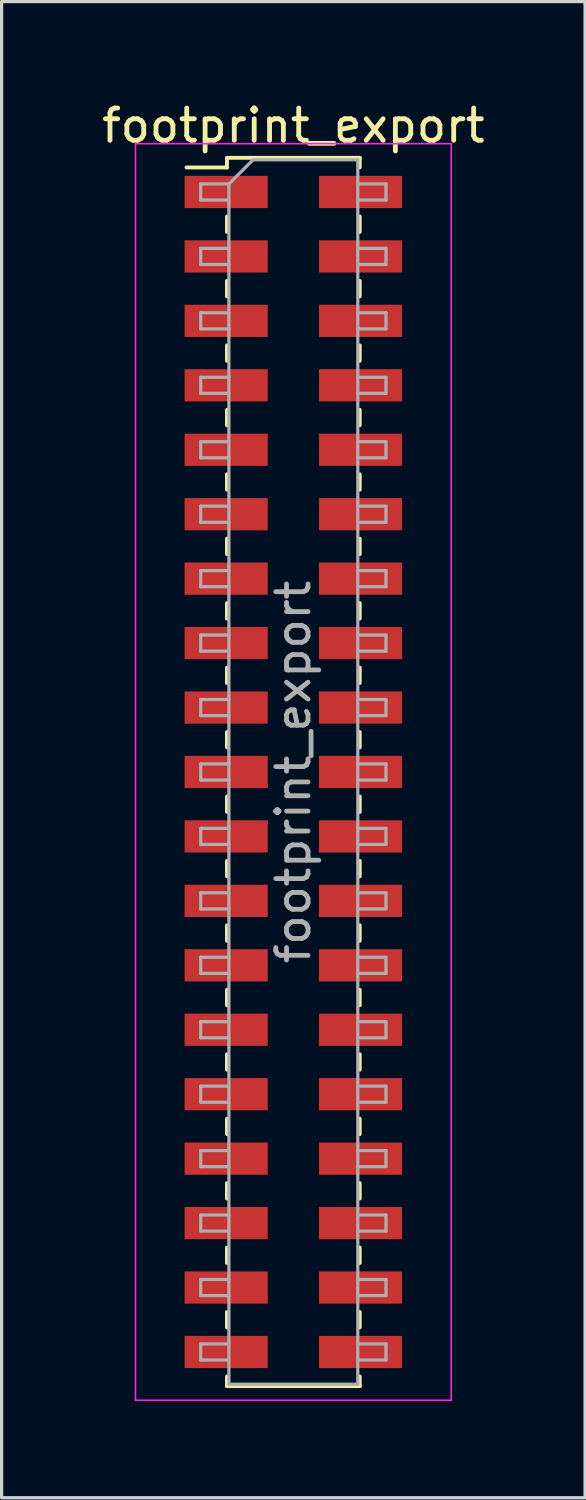
<source format=kicad_pcb>
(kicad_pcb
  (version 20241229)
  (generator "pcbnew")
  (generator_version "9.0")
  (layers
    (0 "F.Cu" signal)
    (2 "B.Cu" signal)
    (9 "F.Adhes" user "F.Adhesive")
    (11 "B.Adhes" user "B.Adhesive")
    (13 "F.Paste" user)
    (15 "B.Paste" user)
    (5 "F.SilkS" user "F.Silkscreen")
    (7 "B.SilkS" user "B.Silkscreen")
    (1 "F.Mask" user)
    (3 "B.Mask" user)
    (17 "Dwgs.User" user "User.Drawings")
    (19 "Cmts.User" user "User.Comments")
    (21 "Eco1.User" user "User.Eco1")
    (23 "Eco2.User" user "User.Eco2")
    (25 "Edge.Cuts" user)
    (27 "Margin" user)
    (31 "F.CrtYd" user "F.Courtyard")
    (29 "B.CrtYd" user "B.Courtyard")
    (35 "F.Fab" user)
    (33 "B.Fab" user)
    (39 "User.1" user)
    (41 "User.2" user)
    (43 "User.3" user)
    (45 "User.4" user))
  (footprint "footprint_export"
    (layer "F.Cu")
    (at 6.054 20.908)
    (property "Reference" "footprint_export" (at 0 -20.06 0) (layer "F.SilkS") (effects (font (size 1 1) (thickness 0.15))))
    (attr smd)
    (fp_line (start -3.315 -18.76) (end -2.06 -18.76) (stroke (width 0.12) (type solid)) (layer "F.SilkS"))
    (fp_line (start -2.06 -19.06) (end -2.06 -18.76) (stroke (width 0.12) (type solid)) (layer "F.SilkS"))
    (fp_line (start -2.06 -19.06) (end 2.06 -19.06) (stroke (width 0.12) (type solid)) (layer "F.SilkS"))
    (fp_line (start -2.06 -17.24) (end -2.06 -16.76) (stroke (width 0.12) (type solid)) (layer "F.SilkS"))
    (fp_line (start -2.06 -15.24) (end -2.06 -14.76) (stroke (width 0.12) (type solid)) (layer "F.SilkS"))
    (fp_line (start -2.06 -13.24) (end -2.06 -12.76) (stroke (width 0.12) (type solid)) (layer "F.SilkS"))
    (fp_line (start -2.06 -11.24) (end -2.06 -10.76) (stroke (width 0.12) (type solid)) (layer "F.SilkS"))
    (fp_line (start -2.06 -9.24) (end -2.06 -8.76) (stroke (width 0.12) (type solid)) (layer "F.SilkS"))
    (fp_line (start -2.06 -7.24) (end -2.06 -6.76) (stroke (width 0.12) (type solid)) (layer "F.SilkS"))
    (fp_line (start -2.06 -5.24) (end -2.06 -4.76) (stroke (width 0.12) (type solid)) (layer "F.SilkS"))
    (fp_line (start -2.06 -3.24) (end -2.06 -2.76) (stroke (width 0.12) (type solid)) (layer "F.SilkS"))
    (fp_line (start -2.06 -1.24) (end -2.06 -0.76) (stroke (width 0.12) (type solid)) (layer "F.SilkS"))
    (fp_line (start -2.06 0.76) (end -2.06 1.24) (stroke (width 0.12) (type solid)) (layer "F.SilkS"))
    (fp_line (start -2.06 2.76) (end -2.06 3.24) (stroke (width 0.12) (type solid)) (layer "F.SilkS"))
    (fp_line (start -2.06 4.76) (end -2.06 5.24) (stroke (width 0.12) (type solid)) (layer "F.SilkS"))
    (fp_line (start -2.06 6.76) (end -2.06 7.24) (stroke (width 0.12) (type solid)) (layer "F.SilkS"))
    (fp_line (start -2.06 8.76) (end -2.06 9.24) (stroke (width 0.12) (type solid)) (layer "F.SilkS"))
    (fp_line (start -2.06 10.76) (end -2.06 11.24) (stroke (width 0.12) (type solid)) (layer "F.SilkS"))
    (fp_line (start -2.06 12.76) (end -2.06 13.24) (stroke (width 0.12) (type solid)) (layer "F.SilkS"))
    (fp_line (start -2.06 14.76) (end -2.06 15.24) (stroke (width 0.12) (type solid)) (layer "F.SilkS"))
    (fp_line (start -2.06 16.76) (end -2.06 17.24) (stroke (width 0.12) (type solid)) (layer "F.SilkS"))
    (fp_line (start -2.06 18.76) (end -2.06 19.06) (stroke (width 0.12) (type solid)) (layer "F.SilkS"))
    (fp_line (start -2.06 19.06) (end 2.06 19.06) (stroke (width 0.12) (type solid)) (layer "F.SilkS"))
    (fp_line (start 2.06 -19.06) (end 2.06 -18.76) (stroke (width 0.12) (type solid)) (layer "F.SilkS"))
    (fp_line (start 2.06 -17.24) (end 2.06 -16.76) (stroke (width 0.12) (type solid)) (layer "F.SilkS"))
    (fp_line (start 2.06 -15.24) (end 2.06 -14.76) (stroke (width 0.12) (type solid)) (layer "F.SilkS"))
    (fp_line (start 2.06 -13.24) (end 2.06 -12.76) (stroke (width 0.12) (type solid)) (layer "F.SilkS"))
    (fp_line (start 2.06 -11.24) (end 2.06 -10.76) (stroke (width 0.12) (type solid)) (layer "F.SilkS"))
    (fp_line (start 2.06 -9.24) (end 2.06 -8.76) (stroke (width 0.12) (type solid)) (layer "F.SilkS"))
    (fp_line (start 2.06 -7.24) (end 2.06 -6.76) (stroke (width 0.12) (type solid)) (layer "F.SilkS"))
    (fp_line (start 2.06 -5.24) (end 2.06 -4.76) (stroke (width 0.12) (type solid)) (layer "F.SilkS"))
    (fp_line (start 2.06 -3.24) (end 2.06 -2.76) (stroke (width 0.12) (type solid)) (layer "F.SilkS"))
    (fp_line (start 2.06 -1.24) (end 2.06 -0.76) (stroke (width 0.12) (type solid)) (layer "F.SilkS"))
    (fp_line (start 2.06 0.76) (end 2.06 1.24) (stroke (width 0.12) (type solid)) (layer "F.SilkS"))
    (fp_line (start 2.06 2.76) (end 2.06 3.24) (stroke (width 0.12) (type solid)) (layer "F.SilkS"))
    (fp_line (start 2.06 4.76) (end 2.06 5.24) (stroke (width 0.12) (type solid)) (layer "F.SilkS"))
    (fp_line (start 2.06 6.76) (end 2.06 7.24) (stroke (width 0.12) (type solid)) (layer "F.SilkS"))
    (fp_line (start 2.06 8.76) (end 2.06 9.24) (stroke (width 0.12) (type solid)) (layer "F.SilkS"))
    (fp_line (start 2.06 10.76) (end 2.06 11.24) (stroke (width 0.12) (type solid)) (layer "F.SilkS"))
    (fp_line (start 2.06 12.76) (end 2.06 13.24) (stroke (width 0.12) (type solid)) (layer "F.SilkS"))
    (fp_line (start 2.06 14.76) (end 2.06 15.24) (stroke (width 0.12) (type solid)) (layer "F.SilkS"))
    (fp_line (start 2.06 16.76) (end 2.06 17.24) (stroke (width 0.12) (type solid)) (layer "F.SilkS"))
    (fp_line (start 2.06 18.76) (end 2.06 19.06) (stroke (width 0.12) (type solid)) (layer "F.SilkS"))
    (fp_line (start -4.9 -19.5) (end -4.9 19.5) (stroke (width 0.05) (type solid)) (layer "F.CrtYd"))
    (fp_line (start -4.9 19.5) (end 4.9 19.5) (stroke (width 0.05) (type solid)) (layer "F.CrtYd"))
    (fp_line (start 4.9 -19.5) (end -4.9 -19.5) (stroke (width 0.05) (type solid)) (layer "F.CrtYd"))
    (fp_line (start 4.9 19.5) (end 4.9 -19.5) (stroke (width 0.05) (type solid)) (layer "F.CrtYd"))
    (fp_line (start -2.875 -18.25) (end -2.875 -17.75) (stroke (width 0.1) (type solid)) (layer "F.Fab"))
    (fp_line (start -2.875 -17.75) (end -2 -17.75) (stroke (width 0.1) (type solid)) (layer "F.Fab"))
    (fp_line (start -2.875 -16.25) (end -2.875 -15.75) (stroke (width 0.1) (type solid)) (layer "F.Fab"))
    (fp_line (start -2.875 -15.75) (end -2 -15.75) (stroke (width 0.1) (type solid)) (layer "F.Fab"))
    (fp_line (start -2.875 -14.25) (end -2.875 -13.75) (stroke (width 0.1) (type solid)) (layer "F.Fab"))
    (fp_line (start -2.875 -13.75) (end -2 -13.75) (stroke (width 0.1) (type solid)) (layer "F.Fab"))
    (fp_line (start -2.875 -12.25) (end -2.875 -11.75) (stroke (width 0.1) (type solid)) (layer "F.Fab"))
    (fp_line (start -2.875 -11.75) (end -2 -11.75) (stroke (width 0.1) (type solid)) (layer "F.Fab"))
    (fp_line (start -2.875 -10.25) (end -2.875 -9.75) (stroke (width 0.1) (type solid)) (layer "F.Fab"))
    (fp_line (start -2.875 -9.75) (end -2 -9.75) (stroke (width 0.1) (type solid)) (layer "F.Fab"))
    (fp_line (start -2.875 -8.25) (end -2.875 -7.75) (stroke (width 0.1) (type solid)) (layer "F.Fab"))
    (fp_line (start -2.875 -7.75) (end -2 -7.75) (stroke (width 0.1) (type solid)) (layer "F.Fab"))
    (fp_line (start -2.875 -6.25) (end -2.875 -5.75) (stroke (width 0.1) (type solid)) (layer "F.Fab"))
    (fp_line (start -2.875 -5.75) (end -2 -5.75) (stroke (width 0.1) (type solid)) (layer "F.Fab"))
    (fp_line (start -2.875 -4.25) (end -2.875 -3.75) (stroke (width 0.1) (type solid)) (layer "F.Fab"))
    (fp_line (start -2.875 -3.75) (end -2 -3.75) (stroke (width 0.1) (type solid)) (layer "F.Fab"))
    (fp_line (start -2.875 -2.25) (end -2.875 -1.75) (stroke (width 0.1) (type solid)) (layer "F.Fab"))
    (fp_line (start -2.875 -1.75) (end -2 -1.75) (stroke (width 0.1) (type solid)) (layer "F.Fab"))
    (fp_line (start -2.875 -0.25) (end -2.875 0.25) (stroke (width 0.1) (type solid)) (layer "F.Fab"))
    (fp_line (start -2.875 0.25) (end -2 0.25) (stroke (width 0.1) (type solid)) (layer "F.Fab"))
    (fp_line (start -2.875 1.75) (end -2.875 2.25) (stroke (width 0.1) (type solid)) (layer "F.Fab"))
    (fp_line (start -2.875 2.25) (end -2 2.25) (stroke (width 0.1) (type solid)) (layer "F.Fab"))
    (fp_line (start -2.875 3.75) (end -2.875 4.25) (stroke (width 0.1) (type solid)) (layer "F.Fab"))
    (fp_line (start -2.875 4.25) (end -2 4.25) (stroke (width 0.1) (type solid)) (layer "F.Fab"))
    (fp_line (start -2.875 5.75) (end -2.875 6.25) (stroke (width 0.1) (type solid)) (layer "F.Fab"))
    (fp_line (start -2.875 6.25) (end -2 6.25) (stroke (width 0.1) (type solid)) (layer "F.Fab"))
    (fp_line (start -2.875 7.75) (end -2.875 8.25) (stroke (width 0.1) (type solid)) (layer "F.Fab"))
    (fp_line (start -2.875 8.25) (end -2 8.25) (stroke (width 0.1) (type solid)) (layer "F.Fab"))
    (fp_line (start -2.875 9.75) (end -2.875 10.25) (stroke (width 0.1) (type solid)) (layer "F.Fab"))
    (fp_line (start -2.875 10.25) (end -2 10.25) (stroke (width 0.1) (type solid)) (layer "F.Fab"))
    (fp_line (start -2.875 11.75) (end -2.875 12.25) (stroke (width 0.1) (type solid)) (layer "F.Fab"))
    (fp_line (start -2.875 12.25) (end -2 12.25) (stroke (width 0.1) (type solid)) (layer "F.Fab"))
    (fp_line (start -2.875 13.75) (end -2.875 14.25) (stroke (width 0.1) (type solid)) (layer "F.Fab"))
    (fp_line (start -2.875 14.25) (end -2 14.25) (stroke (width 0.1) (type solid)) (layer "F.Fab"))
    (fp_line (start -2.875 15.75) (end -2.875 16.25) (stroke (width 0.1) (type solid)) (layer "F.Fab"))
    (fp_line (start -2.875 16.25) (end -2 16.25) (stroke (width 0.1) (type solid)) (layer "F.Fab"))
    (fp_line (start -2.875 17.75) (end -2.875 18.25) (stroke (width 0.1) (type solid)) (layer "F.Fab"))
    (fp_line (start -2.875 18.25) (end -2 18.25) (stroke (width 0.1) (type solid)) (layer "F.Fab"))
    (fp_line (start -2 -18.25) (end -2.875 -18.25) (stroke (width 0.1) (type solid)) (layer "F.Fab"))
    (fp_line (start -2 -18.25) (end -1.25 -19) (stroke (width 0.1) (type solid)) (layer "F.Fab"))
    (fp_line (start -2 -16.25) (end -2.875 -16.25) (stroke (width 0.1) (type solid)) (layer "F.Fab"))
    (fp_line (start -2 -14.25) (end -2.875 -14.25) (stroke (width 0.1) (type solid)) (layer "F.Fab"))
    (fp_line (start -2 -12.25) (end -2.875 -12.25) (stroke (width 0.1) (type solid)) (layer "F.Fab"))
    (fp_line (start -2 -10.25) (end -2.875 -10.25) (stroke (width 0.1) (type solid)) (layer "F.Fab"))
    (fp_line (start -2 -8.25) (end -2.875 -8.25) (stroke (width 0.1) (type solid)) (layer "F.Fab"))
    (fp_line (start -2 -6.25) (end -2.875 -6.25) (stroke (width 0.1) (type solid)) (layer "F.Fab"))
    (fp_line (start -2 -4.25) (end -2.875 -4.25) (stroke (width 0.1) (type solid)) (layer "F.Fab"))
    (fp_line (start -2 -2.25) (end -2.875 -2.25) (stroke (width 0.1) (type solid)) (layer "F.Fab"))
    (fp_line (start -2 -0.25) (end -2.875 -0.25) (stroke (width 0.1) (type solid)) (layer "F.Fab"))
    (fp_line (start -2 1.75) (end -2.875 1.75) (stroke (width 0.1) (type solid)) (layer "F.Fab"))
    (fp_line (start -2 3.75) (end -2.875 3.75) (stroke (width 0.1) (type solid)) (layer "F.Fab"))
    (fp_line (start -2 5.75) (end -2.875 5.75) (stroke (width 0.1) (type solid)) (layer "F.Fab"))
    (fp_line (start -2 7.75) (end -2.875 7.75) (stroke (width 0.1) (type solid)) (layer "F.Fab"))
    (fp_line (start -2 9.75) (end -2.875 9.75) (stroke (width 0.1) (type solid)) (layer "F.Fab"))
    (fp_line (start -2 11.75) (end -2.875 11.75) (stroke (width 0.1) (type solid)) (layer "F.Fab"))
    (fp_line (start -2 13.75) (end -2.875 13.75) (stroke (width 0.1) (type solid)) (layer "F.Fab"))
    (fp_line (start -2 15.75) (end -2.875 15.75) (stroke (width 0.1) (type solid)) (layer "F.Fab"))
    (fp_line (start -2 17.75) (end -2.875 17.75) (stroke (width 0.1) (type solid)) (layer "F.Fab"))
    (fp_line (start -2 19) (end -2 -18.25) (stroke (width 0.1) (type solid)) (layer "F.Fab"))
    (fp_line (start -1.25 -19) (end 2 -19) (stroke (width 0.1) (type solid)) (layer "F.Fab"))
    (fp_line (start 2 -19) (end 2 19) (stroke (width 0.1) (type solid)) (layer "F.Fab"))
    (fp_line (start 2 -18.25) (end 2.875 -18.25) (stroke (width 0.1) (type solid)) (layer "F.Fab"))
    (fp_line (start 2 -16.25) (end 2.875 -16.25) (stroke (width 0.1) (type solid)) (layer "F.Fab"))
    (fp_line (start 2 -14.25) (end 2.875 -14.25) (stroke (width 0.1) (type solid)) (layer "F.Fab"))
    (fp_line (start 2 -12.25) (end 2.875 -12.25) (stroke (width 0.1) (type solid)) (layer "F.Fab"))
    (fp_line (start 2 -10.25) (end 2.875 -10.25) (stroke (width 0.1) (type solid)) (layer "F.Fab"))
    (fp_line (start 2 -8.25) (end 2.875 -8.25) (stroke (width 0.1) (type solid)) (layer "F.Fab"))
    (fp_line (start 2 -6.25) (end 2.875 -6.25) (stroke (width 0.1) (type solid)) (layer "F.Fab"))
    (fp_line (start 2 -4.25) (end 2.875 -4.25) (stroke (width 0.1) (type solid)) (layer "F.Fab"))
    (fp_line (start 2 -2.25) (end 2.875 -2.25) (stroke (width 0.1) (type solid)) (layer "F.Fab"))
    (fp_line (start 2 -0.25) (end 2.875 -0.25) (stroke (width 0.1) (type solid)) (layer "F.Fab"))
    (fp_line (start 2 1.75) (end 2.875 1.75) (stroke (width 0.1) (type solid)) (layer "F.Fab"))
    (fp_line (start 2 3.75) (end 2.875 3.75) (stroke (width 0.1) (type solid)) (layer "F.Fab"))
    (fp_line (start 2 5.75) (end 2.875 5.75) (stroke (width 0.1) (type solid)) (layer "F.Fab"))
    (fp_line (start 2 7.75) (end 2.875 7.75) (stroke (width 0.1) (type solid)) (layer "F.Fab"))
    (fp_line (start 2 9.75) (end 2.875 9.75) (stroke (width 0.1) (type solid)) (layer "F.Fab"))
    (fp_line (start 2 11.75) (end 2.875 11.75) (stroke (width 0.1) (type solid)) (layer "F.Fab"))
    (fp_line (start 2 13.75) (end 2.875 13.75) (stroke (width 0.1) (type solid)) (layer "F.Fab"))
    (fp_line (start 2 15.75) (end 2.875 15.75) (stroke (width 0.1) (type solid)) (layer "F.Fab"))
    (fp_line (start 2 17.75) (end 2.875 17.75) (stroke (width 0.1) (type solid)) (layer "F.Fab"))
    (fp_line (start 2 19) (end -2 19) (stroke (width 0.1) (type solid)) (layer "F.Fab"))
    (fp_line (start 2.875 -18.25) (end 2.875 -17.75) (stroke (width 0.1) (type solid)) (layer "F.Fab"))
    (fp_line (start 2.875 -17.75) (end 2 -17.75) (stroke (width 0.1) (type solid)) (layer "F.Fab"))
    (fp_line (start 2.875 -16.25) (end 2.875 -15.75) (stroke (width 0.1) (type solid)) (layer "F.Fab"))
    (fp_line (start 2.875 -15.75) (end 2 -15.75) (stroke (width 0.1) (type solid)) (layer "F.Fab"))
    (fp_line (start 2.875 -14.25) (end 2.875 -13.75) (stroke (width 0.1) (type solid)) (layer "F.Fab"))
    (fp_line (start 2.875 -13.75) (end 2 -13.75) (stroke (width 0.1) (type solid)) (layer "F.Fab"))
    (fp_line (start 2.875 -12.25) (end 2.875 -11.75) (stroke (width 0.1) (type solid)) (layer "F.Fab"))
    (fp_line (start 2.875 -11.75) (end 2 -11.75) (stroke (width 0.1) (type solid)) (layer "F.Fab"))
    (fp_line (start 2.875 -10.25) (end 2.875 -9.75) (stroke (width 0.1) (type solid)) (layer "F.Fab"))
    (fp_line (start 2.875 -9.75) (end 2 -9.75) (stroke (width 0.1) (type solid)) (layer "F.Fab"))
    (fp_line (start 2.875 -8.25) (end 2.875 -7.75) (stroke (width 0.1) (type solid)) (layer "F.Fab"))
    (fp_line (start 2.875 -7.75) (end 2 -7.75) (stroke (width 0.1) (type solid)) (layer "F.Fab"))
    (fp_line (start 2.875 -6.25) (end 2.875 -5.75) (stroke (width 0.1) (type solid)) (layer "F.Fab"))
    (fp_line (start 2.875 -5.75) (end 2 -5.75) (stroke (width 0.1) (type solid)) (layer "F.Fab"))
    (fp_line (start 2.875 -4.25) (end 2.875 -3.75) (stroke (width 0.1) (type solid)) (layer "F.Fab"))
    (fp_line (start 2.875 -3.75) (end 2 -3.75) (stroke (width 0.1) (type solid)) (layer "F.Fab"))
    (fp_line (start 2.875 -2.25) (end 2.875 -1.75) (stroke (width 0.1) (type solid)) (layer "F.Fab"))
    (fp_line (start 2.875 -1.75) (end 2 -1.75) (stroke (width 0.1) (type solid)) (layer "F.Fab"))
    (fp_line (start 2.875 -0.25) (end 2.875 0.25) (stroke (width 0.1) (type solid)) (layer "F.Fab"))
    (fp_line (start 2.875 0.25) (end 2 0.25) (stroke (width 0.1) (type solid)) (layer "F.Fab"))
    (fp_line (start 2.875 1.75) (end 2.875 2.25) (stroke (width 0.1) (type solid)) (layer "F.Fab"))
    (fp_line (start 2.875 2.25) (end 2 2.25) (stroke (width 0.1) (type solid)) (layer "F.Fab"))
    (fp_line (start 2.875 3.75) (end 2.875 4.25) (stroke (width 0.1) (type solid)) (layer "F.Fab"))
    (fp_line (start 2.875 4.25) (end 2 4.25) (stroke (width 0.1) (type solid)) (layer "F.Fab"))
    (fp_line (start 2.875 5.75) (end 2.875 6.25) (stroke (width 0.1) (type solid)) (layer "F.Fab"))
    (fp_line (start 2.875 6.25) (end 2 6.25) (stroke (width 0.1) (type solid)) (layer "F.Fab"))
    (fp_line (start 2.875 7.75) (end 2.875 8.25) (stroke (width 0.1) (type solid)) (layer "F.Fab"))
    (fp_line (start 2.875 8.25) (end 2 8.25) (stroke (width 0.1) (type solid)) (layer "F.Fab"))
    (fp_line (start 2.875 9.75) (end 2.875 10.25) (stroke (width 0.1) (type solid)) (layer "F.Fab"))
    (fp_line (start 2.875 10.25) (end 2 10.25) (stroke (width 0.1) (type solid)) (layer "F.Fab"))
    (fp_line (start 2.875 11.75) (end 2.875 12.25) (stroke (width 0.1) (type solid)) (layer "F.Fab"))
    (fp_line (start 2.875 12.25) (end 2 12.25) (stroke (width 0.1) (type solid)) (layer "F.Fab"))
    (fp_line (start 2.875 13.75) (end 2.875 14.25) (stroke (width 0.1) (type solid)) (layer "F.Fab"))
    (fp_line (start 2.875 14.25) (end 2 14.25) (stroke (width 0.1) (type solid)) (layer "F.Fab"))
    (fp_line (start 2.875 15.75) (end 2.875 16.25) (stroke (width 0.1) (type solid)) (layer "F.Fab"))
    (fp_line (start 2.875 16.25) (end 2 16.25) (stroke (width 0.1) (type solid)) (layer "F.Fab"))
    (fp_line (start 2.875 17.75) (end 2.875 18.25) (stroke (width 0.1) (type solid)) (layer "F.Fab"))
    (fp_line (start 2.875 18.25) (end 2 18.25) (stroke (width 0.1) (type solid)) (layer "F.Fab"))
    (fp_text user "${REFERENCE}" (at 0 0 90) (layer "F.Fab") (effects (font (size 1 1) (thickness 0.15))))
    (pad "1" smd rect (at -2.085 -18) (size 2.58 1) (layers "F.Cu" "F.Mask" "F.Paste"))
    (pad "2" smd rect (at 2.085 -18) (size 2.58 1) (layers "F.Cu" "F.Mask" "F.Paste"))
    (pad "3" smd rect (at -2.085 -16) (size 2.58 1) (layers "F.Cu" "F.Mask" "F.Paste"))
    (pad "4" smd rect (at 2.085 -16) (size 2.58 1) (layers "F.Cu" "F.Mask" "F.Paste"))
    (pad "5" smd rect (at -2.085 -14) (size 2.58 1) (layers "F.Cu" "F.Mask" "F.Paste"))
    (pad "6" smd rect (at 2.085 -14) (size 2.58 1) (layers "F.Cu" "F.Mask" "F.Paste"))
    (pad "7" smd rect (at -2.085 -12) (size 2.58 1) (layers "F.Cu" "F.Mask" "F.Paste"))
    (pad "8" smd rect (at 2.085 -12) (size 2.58 1) (layers "F.Cu" "F.Mask" "F.Paste"))
    (pad "9" smd rect (at -2.085 -10) (size 2.58 1) (layers "F.Cu" "F.Mask" "F.Paste"))
    (pad "10" smd rect (at 2.085 -10) (size 2.58 1) (layers "F.Cu" "F.Mask" "F.Paste"))
    (pad "11" smd rect (at -2.085 -8) (size 2.58 1) (layers "F.Cu" "F.Mask" "F.Paste"))
    (pad "12" smd rect (at 2.085 -8) (size 2.58 1) (layers "F.Cu" "F.Mask" "F.Paste"))
    (pad "13" smd rect (at -2.085 -6) (size 2.58 1) (layers "F.Cu" "F.Mask" "F.Paste"))
    (pad "14" smd rect (at 2.085 -6) (size 2.58 1) (layers "F.Cu" "F.Mask" "F.Paste"))
    (pad "15" smd rect (at -2.085 -4) (size 2.58 1) (layers "F.Cu" "F.Mask" "F.Paste"))
    (pad "16" smd rect (at 2.085 -4) (size 2.58 1) (layers "F.Cu" "F.Mask" "F.Paste"))
    (pad "17" smd rect (at -2.085 -2) (size 2.58 1) (layers "F.Cu" "F.Mask" "F.Paste"))
    (pad "18" smd rect (at 2.085 -2) (size 2.58 1) (layers "F.Cu" "F.Mask" "F.Paste"))
    (pad "19" smd rect (at -2.085 0) (size 2.58 1) (layers "F.Cu" "F.Mask" "F.Paste"))
    (pad "20" smd rect (at 2.085 0) (size 2.58 1) (layers "F.Cu" "F.Mask" "F.Paste"))
    (pad "21" smd rect (at -2.085 2) (size 2.58 1) (layers "F.Cu" "F.Mask" "F.Paste"))
    (pad "22" smd rect (at 2.085 2) (size 2.58 1) (layers "F.Cu" "F.Mask" "F.Paste"))
    (pad "23" smd rect (at -2.085 4) (size 2.58 1) (layers "F.Cu" "F.Mask" "F.Paste"))
    (pad "24" smd rect (at 2.085 4) (size 2.58 1) (layers "F.Cu" "F.Mask" "F.Paste"))
    (pad "25" smd rect (at -2.085 6) (size 2.58 1) (layers "F.Cu" "F.Mask" "F.Paste"))
    (pad "26" smd rect (at 2.085 6) (size 2.58 1) (layers "F.Cu" "F.Mask" "F.Paste"))
    (pad "27" smd rect (at -2.085 8) (size 2.58 1) (layers "F.Cu" "F.Mask" "F.Paste"))
    (pad "28" smd rect (at 2.085 8) (size 2.58 1) (layers "F.Cu" "F.Mask" "F.Paste"))
    (pad "29" smd rect (at -2.085 10) (size 2.58 1) (layers "F.Cu" "F.Mask" "F.Paste"))
    (pad "30" smd rect (at 2.085 10) (size 2.58 1) (layers "F.Cu" "F.Mask" "F.Paste"))
    (pad "31" smd rect (at -2.085 12) (size 2.58 1) (layers "F.Cu" "F.Mask" "F.Paste"))
    (pad "32" smd rect (at 2.085 12) (size 2.58 1) (layers "F.Cu" "F.Mask" "F.Paste"))
    (pad "33" smd rect (at -2.085 14) (size 2.58 1) (layers "F.Cu" "F.Mask" "F.Paste"))
    (pad "34" smd rect (at 2.085 14) (size 2.58 1) (layers "F.Cu" "F.Mask" "F.Paste"))
    (pad "35" smd rect (at -2.085 16) (size 2.58 1) (layers "F.Cu" "F.Mask" "F.Paste"))
    (pad "36" smd rect (at 2.085 16) (size 2.58 1) (layers "F.Cu" "F.Mask" "F.Paste"))
    (pad "37" smd rect (at -2.085 18) (size 2.58 1) (layers "F.Cu" "F.Mask" "F.Paste"))
    (pad "38" smd rect (at 2.085 18) (size 2.58 1) (layers "F.Cu" "F.Mask" "F.Paste")))
  (gr_rect
    (start -3 -3)
    (end 15.107 43.433)
    (stroke (width 0.1) (type default))
    (fill no)
    (layer "Edge.Cuts")))
</source>
